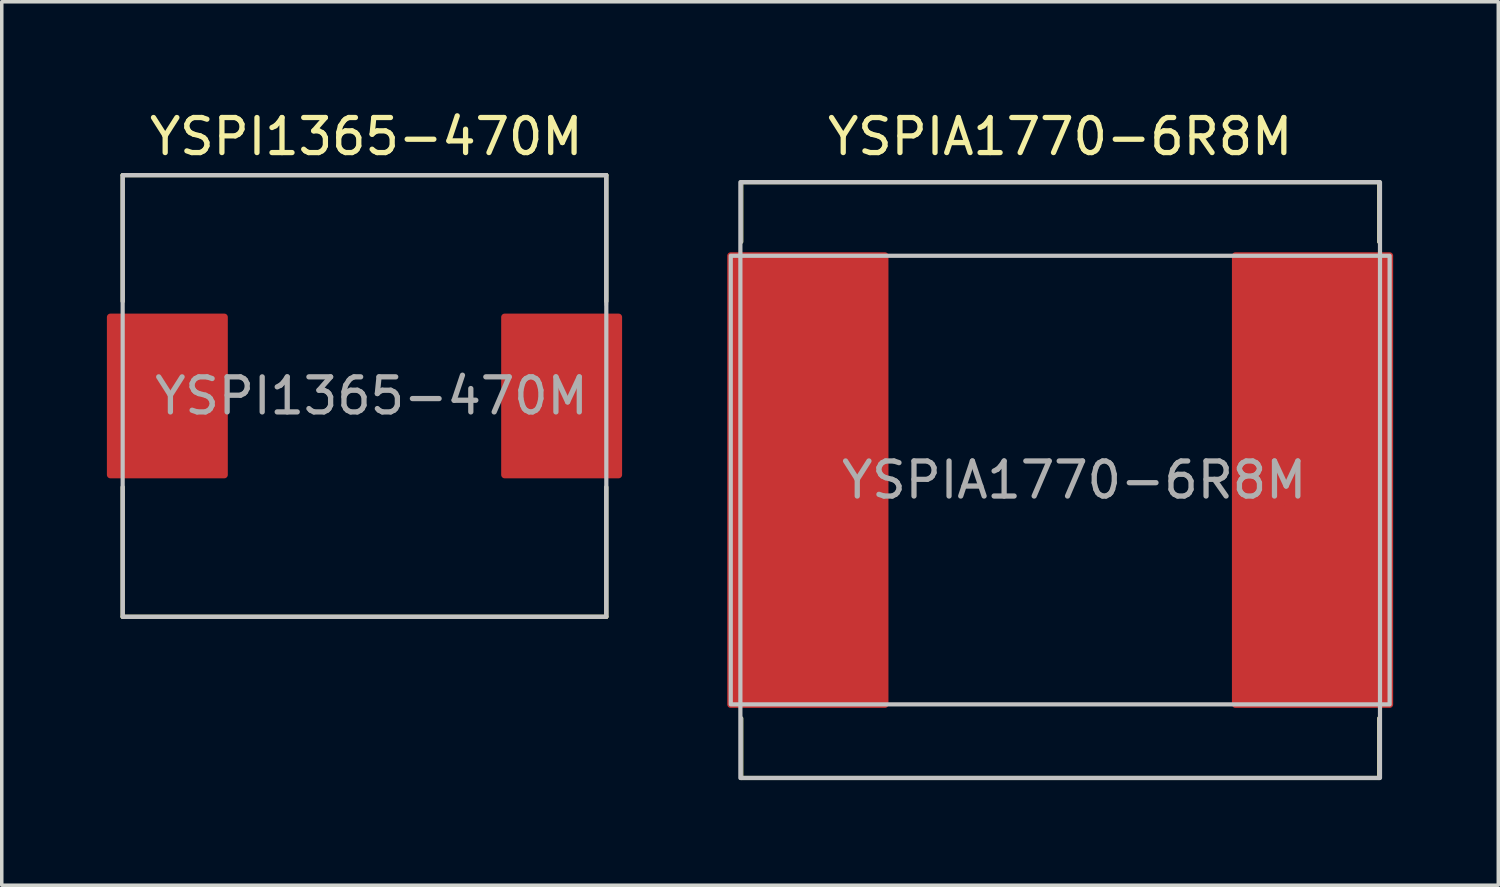
<source format=kicad_pcb>
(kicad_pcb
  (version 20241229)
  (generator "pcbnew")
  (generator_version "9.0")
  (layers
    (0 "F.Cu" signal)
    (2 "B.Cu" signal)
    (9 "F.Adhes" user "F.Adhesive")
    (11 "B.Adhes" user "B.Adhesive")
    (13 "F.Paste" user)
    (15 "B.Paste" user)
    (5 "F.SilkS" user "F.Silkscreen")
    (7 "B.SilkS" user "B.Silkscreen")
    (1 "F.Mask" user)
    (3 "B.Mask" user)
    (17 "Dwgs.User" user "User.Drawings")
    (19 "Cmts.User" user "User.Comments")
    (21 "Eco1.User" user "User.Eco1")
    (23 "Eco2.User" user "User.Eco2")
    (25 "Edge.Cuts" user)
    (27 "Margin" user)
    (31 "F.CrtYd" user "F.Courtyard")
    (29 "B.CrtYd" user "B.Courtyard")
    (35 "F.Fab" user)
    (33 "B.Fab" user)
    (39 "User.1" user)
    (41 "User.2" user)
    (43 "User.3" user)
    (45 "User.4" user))
  (footprint "YSPIA1770-6R8M"
    (layer "F.Cu")
    (at 27.2 10.648)
    (property "Reference" "YSPIA1770-6R8M" (at 0 -9.8 0) (unlocked yes) (layer "F.SilkS") (effects (font (size 1 1) (thickness 0.15))))
    (attr smd)
    (fp_rect (start -9.4 -6.4) (end -5 6.4) (stroke (width 0.2) (type solid)) (fill yes) (layer "F.Cu"))
    (fp_rect (start 5 -6.4) (end 9.4 6.4) (stroke (width 0.2) (type solid)) (fill yes) (layer "F.Cu"))
    (fp_line (start -9.1 -8.5) (end -9.1 -6.8) (stroke (width 0.12) (type solid)) (layer "F.SilkS"))
    (fp_line (start -9.1 -8.5) (end 9.1 -8.5) (stroke (width 0.12) (type solid)) (layer "F.SilkS"))
    (fp_line (start -9.1 8.5) (end -9.1 6.8) (stroke (width 0.12) (type solid)) (layer "F.SilkS"))
    (fp_line (start 9.1 -8.5) (end 9.1 -6.8) (stroke (width 0.12) (type solid)) (layer "F.SilkS"))
    (fp_line (start 9.1 8.5) (end -9.1 8.5) (stroke (width 0.12) (type solid)) (layer "F.SilkS"))
    (fp_line (start 9.1 8.5) (end 9.1 6.8) (stroke (width 0.12) (type solid)) (layer "F.SilkS"))
    (fp_rect (start -9.4 6.4) (end 9.4 -6.4) (stroke (width 0.12) (type solid)) (fill no) (layer "Dwgs.User"))
    (fp_rect (start -9.125 8.5) (end 9.125 -8.5) (stroke (width 0.12) (type solid)) (fill no) (layer "Dwgs.User"))
    (fp_line (start -9.1 -8.5) (end 9.1 -8.5) (stroke (width 0.1) (type solid)) (layer "F.Fab"))
    (fp_line (start -9.1 -6.8) (end -9.1 -8.5) (stroke (width 0.1) (type solid)) (layer "F.Fab"))
    (fp_line (start -9.1 8.5) (end -9.1 6.8) (stroke (width 0.1) (type solid)) (layer "F.Fab"))
    (fp_line (start 9.1 -8.5) (end 9.1 -6.8) (stroke (width 0.1) (type solid)) (layer "F.Fab"))
    (fp_line (start 9.1 6.8) (end 9.1 8.5) (stroke (width 0.1) (type solid)) (layer "F.Fab"))
    (fp_line (start 9.1 8.5) (end -9.1 8.5) (stroke (width 0.1) (type solid)) (layer "F.Fab"))
    (fp_text user "${REFERENCE}" (at 0.4 0 0) (unlocked yes) (layer "F.Fab") (effects (font (size 1 1) (thickness 0.15))))
    (pad "1" smd roundrect (at -7.2 0) (size 2.286 1.524) (layers "F.Cu" "F.Mask" "F.Paste") (roundrect_rratio 0.25))
    (pad "2" smd roundrect (at 7.3 0) (size 2.286 1.524) (layers "F.Cu" "F.Mask" "F.Paste") (roundrect_rratio 0.25)))
  (footprint "YSPI1365-470M"
    (layer "F.Cu")
    (at 7.35 8.248)
    (property "Reference" "YSPI1365-470M" (at 0.051 -7.4 0) (unlocked yes) (layer "F.SilkS") (effects (font (size 1 1) (thickness 0.15))))
    (attr smd)
    (fp_rect (start -7.25 2.25) (end -4 -2.25) (stroke (width 0.2) (type solid)) (fill yes) (layer "F.Cu"))
    (fp_rect (start 4 2.25) (end 7.25 -2.25) (stroke (width 0.2) (type solid)) (fill yes) (layer "F.Cu"))
    (fp_line (start -6.9 -6.3) (end -6.9 -2.7) (stroke (width 0.12) (type solid)) (layer "F.SilkS"))
    (fp_line (start -6.9 -6.3) (end 6.9 -6.3) (stroke (width 0.12) (type solid)) (layer "F.SilkS"))
    (fp_line (start -6.9 6.3) (end -6.9 2.6) (stroke (width 0.12) (type solid)) (layer "F.SilkS"))
    (fp_line (start 6.9 -6.3) (end 6.9 -2.7) (stroke (width 0.12) (type solid)) (layer "F.SilkS"))
    (fp_line (start 6.9 6.3) (end -6.9 6.3) (stroke (width 0.12) (type solid)) (layer "F.SilkS"))
    (fp_line (start 6.9 6.3) (end 6.9 2.6) (stroke (width 0.12) (type solid)) (layer "F.SilkS"))
    (fp_rect (start -6.9 6.3) (end 6.9 -6.3) (stroke (width 0.12) (type solid)) (fill no) (layer "Dwgs.User"))
    (fp_line (start -6.9 -6.3) (end -6.9 -2.7) (stroke (width 0.1) (type solid)) (layer "F.Fab"))
    (fp_line (start -6.9 -6.3) (end 6.9 -6.3) (stroke (width 0.1) (type solid)) (layer "F.Fab"))
    (fp_line (start -6.9 6.3) (end -6.9 2.6) (stroke (width 0.1) (type solid)) (layer "F.Fab"))
    (fp_line (start 6.9 -6.3) (end 6.9 -2.6) (stroke (width 0.1) (type solid)) (layer "F.Fab"))
    (fp_line (start 6.9 2.6) (end 6.9 6.3) (stroke (width 0.1) (type solid)) (layer "F.Fab"))
    (fp_line (start 6.9 6.3) (end -6.9 6.3) (stroke (width 0.1) (type solid)) (layer "F.Fab"))
    (fp_text user "${REFERENCE}" (at 0.2 0 0) (unlocked yes) (layer "F.Fab") (effects (font (size 1 1) (thickness 0.15))))
    (pad "1" smd roundrect (at -5.69 0) (size 2.286 1.524) (layers "F.Cu" "F.Mask" "F.Paste") (roundrect_rratio 0.25))
    (pad "2" smd roundrect (at 5.639 -0.051) (size 2.286 1.524) (layers "F.Cu" "F.Mask" "F.Paste") (roundrect_rratio 0.25)))
  (gr_rect
    (start -3 -3)
    (end 39.7 22.208)
    (stroke (width 0.1) (type default))
    (fill no)
    (layer "Edge.Cuts")))
</source>
